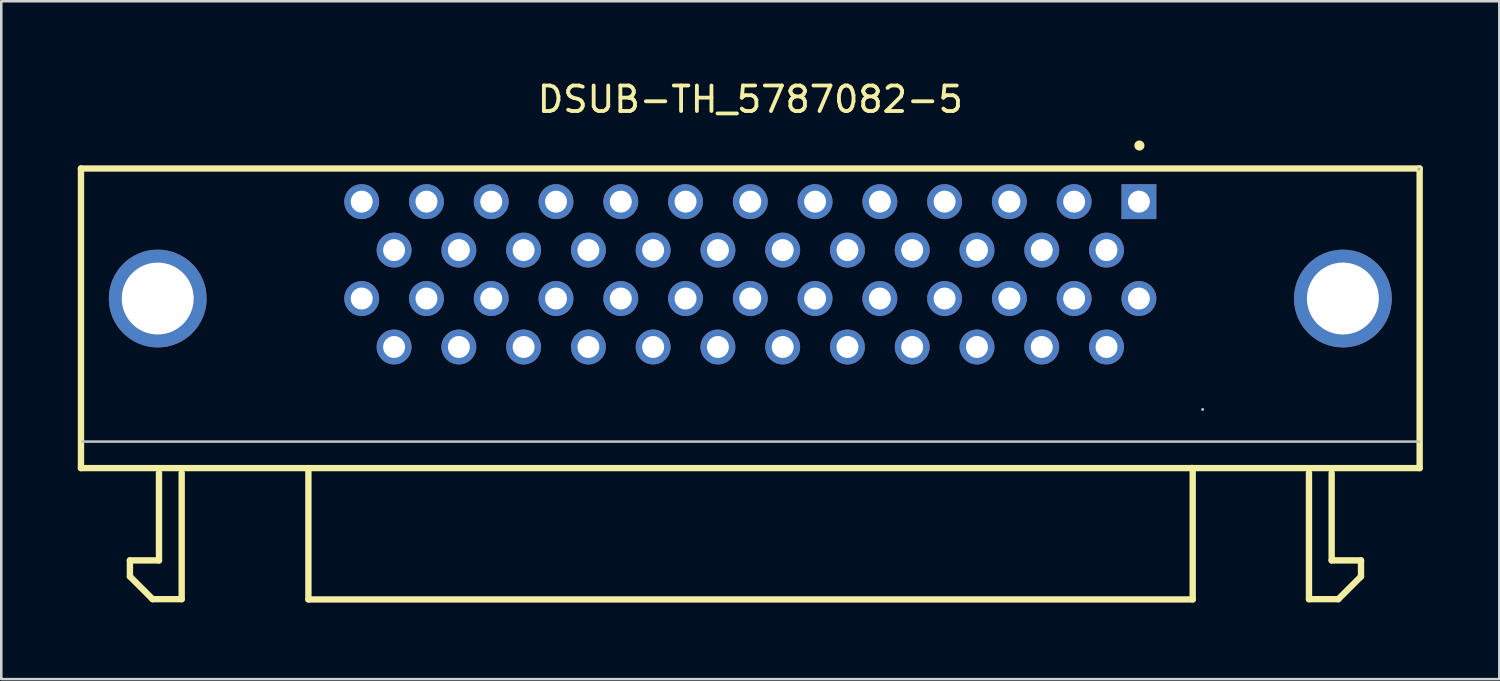
<source format=kicad_pcb>
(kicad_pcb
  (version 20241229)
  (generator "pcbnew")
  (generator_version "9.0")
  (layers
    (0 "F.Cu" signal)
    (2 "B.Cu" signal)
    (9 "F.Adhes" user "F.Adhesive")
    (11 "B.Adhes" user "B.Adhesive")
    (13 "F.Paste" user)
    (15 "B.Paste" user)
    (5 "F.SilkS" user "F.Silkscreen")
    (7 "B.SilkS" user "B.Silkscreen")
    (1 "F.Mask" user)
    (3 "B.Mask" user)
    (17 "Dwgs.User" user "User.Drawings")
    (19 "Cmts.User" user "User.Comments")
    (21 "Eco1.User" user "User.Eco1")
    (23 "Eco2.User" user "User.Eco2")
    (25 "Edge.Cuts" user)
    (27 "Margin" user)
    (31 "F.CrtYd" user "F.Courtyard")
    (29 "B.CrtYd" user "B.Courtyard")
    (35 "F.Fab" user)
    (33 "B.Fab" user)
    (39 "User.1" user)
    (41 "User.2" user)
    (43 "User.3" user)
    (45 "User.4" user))
  (footprint "DSUB-TH_5787082-5"
    (layer "F.Cu")
    (at 26.375 7.708)
    (property "Reference" "DSUB-TH_5787082-5" (at 0 -6.86 0) (layer "F.SilkS") (effects (font (size 1 1) (thickness 0.15))))
    (attr through_hole)
    (fp_line (start -26.25 -4.15) (end 26.25 -4.15) (stroke (width 0.25) (type solid)) (layer "F.SilkS"))
    (fp_line (start -26.25 7.6) (end -26.25 -4.15) (stroke (width 0.25) (type solid)) (layer "F.SilkS"))
    (fp_line (start -24.33 11.22) (end -23.19 11.22) (stroke (width 0.25) (type solid)) (layer "F.SilkS"))
    (fp_line (start -24.33 11.85) (end -24.33 11.22) (stroke (width 0.25) (type solid)) (layer "F.SilkS"))
    (fp_line (start -23.44 12.74) (end -24.33 11.85) (stroke (width 0.25) (type solid)) (layer "F.SilkS"))
    (fp_line (start -23.19 11.22) (end -23.19 7.79) (stroke (width 0.25) (type solid)) (layer "F.SilkS"))
    (fp_line (start -22.3 7.79) (end -22.3 12.74) (stroke (width 0.25) (type solid)) (layer "F.SilkS"))
    (fp_line (start -22.3 12.74) (end -23.44 12.74) (stroke (width 0.25) (type solid)) (layer "F.SilkS"))
    (fp_line (start -17.33 7.6) (end -26.25 7.6) (stroke (width 0.25) (type solid)) (layer "F.SilkS"))
    (fp_line (start -17.33 7.6) (end -17.33 12.75) (stroke (width 0.25) (type solid)) (layer "F.SilkS"))
    (fp_line (start -17.33 12.75) (end 17.35 12.75) (stroke (width 0.25) (type solid)) (layer "F.SilkS"))
    (fp_line (start 17.32 7.6) (end -17.33 7.6) (stroke (width 0.25) (type solid)) (layer "F.SilkS"))
    (fp_line (start 17.32 7.6) (end 26.25 7.6) (stroke (width 0.25) (type solid)) (layer "F.SilkS"))
    (fp_line (start 17.35 7.6) (end 17.32 7.6) (stroke (width 0.25) (type solid)) (layer "F.SilkS"))
    (fp_line (start 17.35 12.75) (end 17.35 7.6) (stroke (width 0.25) (type solid)) (layer "F.SilkS"))
    (fp_line (start 21.91 7.79) (end 21.91 12.74) (stroke (width 0.25) (type solid)) (layer "F.SilkS"))
    (fp_line (start 21.91 12.74) (end 23.06 12.74) (stroke (width 0.25) (type solid)) (layer "F.SilkS"))
    (fp_line (start 22.8 11.22) (end 22.8 7.79) (stroke (width 0.25) (type solid)) (layer "F.SilkS"))
    (fp_line (start 23.06 12.74) (end 23.95 11.85) (stroke (width 0.25) (type solid)) (layer "F.SilkS"))
    (fp_line (start 23.95 11.22) (end 22.8 11.22) (stroke (width 0.25) (type solid)) (layer "F.SilkS"))
    (fp_line (start 23.95 11.85) (end 23.95 11.22) (stroke (width 0.25) (type solid)) (layer "F.SilkS"))
    (fp_line (start 26.25 7.6) (end 26.25 -4.15) (stroke (width 0.25) (type solid)) (layer "F.SilkS"))
    (fp_circle (center 15.26 -5.05) (end 15.36 -5.05) (stroke (width 0.2) (type solid)) (fill no) (layer "F.SilkS"))
    (fp_line (start 17.74 5.3) (end 17.74 5.3) (stroke (width 0.1) (type default)) (layer "Dwgs.User"))
    (fp_line (start 17.74 5.3) (end 17.74 5.3) (stroke (width 0.1) (type default)) (layer "Dwgs.User"))
    (fp_line (start 26.23 6.56) (end -26.2 6.56) (stroke (width 0.1) (type default)) (layer "Dwgs.User"))
    (fp_circle (center 26.22 -4.13) (end 26.25 -4.13) (stroke (width 0.06) (type solid)) (fill no) (layer "F.Fab"))
    (pad "1" thru_hole rect (at 15.24 -2.85) (size 1.368 1.368) (drill 0.86) (layers "*.Cu" "*.Mask"))
    (pad "2" thru_hole circle (at 13.97 -0.95) (size 1.368 1.368) (drill 0.86) (layers "*.Cu" "*.Mask"))
    (pad "3" thru_hole circle (at 12.7 -2.85) (size 1.368 1.368) (drill 0.86) (layers "*.Cu" "*.Mask"))
    (pad "4" thru_hole circle (at 11.43 -0.95) (size 1.368 1.368) (drill 0.86) (layers "*.Cu" "*.Mask"))
    (pad "5" thru_hole circle (at 10.16 -2.85) (size 1.368 1.368) (drill 0.86) (layers "*.Cu" "*.Mask"))
    (pad "6" thru_hole circle (at 8.89 -0.95) (size 1.368 1.368) (drill 0.86) (layers "*.Cu" "*.Mask"))
    (pad "7" thru_hole circle (at 7.62 -2.85) (size 1.368 1.368) (drill 0.86) (layers "*.Cu" "*.Mask"))
    (pad "8" thru_hole circle (at 6.35 -0.95) (size 1.368 1.368) (drill 0.86) (layers "*.Cu" "*.Mask"))
    (pad "9" thru_hole circle (at 5.08 -2.85) (size 1.368 1.368) (drill 0.86) (layers "*.Cu" "*.Mask"))
    (pad "10" thru_hole circle (at 3.81 -0.95) (size 1.368 1.368) (drill 0.86) (layers "*.Cu" "*.Mask"))
    (pad "11" thru_hole circle (at 2.54 -2.85) (size 1.368 1.368) (drill 0.86) (layers "*.Cu" "*.Mask"))
    (pad "12" thru_hole circle (at 1.27 -0.95) (size 1.368 1.368) (drill 0.86) (layers "*.Cu" "*.Mask"))
    (pad "13" thru_hole circle (at 0 -2.85) (size 1.368 1.368) (drill 0.86) (layers "*.Cu" "*.Mask"))
    (pad "14" thru_hole circle (at -1.27 -0.95) (size 1.368 1.368) (drill 0.86) (layers "*.Cu" "*.Mask"))
    (pad "15" thru_hole circle (at -2.54 -2.85) (size 1.368 1.368) (drill 0.86) (layers "*.Cu" "*.Mask"))
    (pad "16" thru_hole circle (at -3.81 -0.95) (size 1.368 1.368) (drill 0.86) (layers "*.Cu" "*.Mask"))
    (pad "17" thru_hole circle (at -5.08 -2.85) (size 1.368 1.368) (drill 0.86) (layers "*.Cu" "*.Mask"))
    (pad "18" thru_hole circle (at -6.35 -0.95) (size 1.368 1.368) (drill 0.86) (layers "*.Cu" "*.Mask"))
    (pad "19" thru_hole circle (at -7.62 -2.85) (size 1.368 1.368) (drill 0.86) (layers "*.Cu" "*.Mask"))
    (pad "20" thru_hole circle (at -8.89 -0.95) (size 1.368 1.368) (drill 0.86) (layers "*.Cu" "*.Mask"))
    (pad "21" thru_hole circle (at -10.16 -2.85) (size 1.368 1.368) (drill 0.86) (layers "*.Cu" "*.Mask"))
    (pad "22" thru_hole circle (at -11.43 -0.95) (size 1.368 1.368) (drill 0.86) (layers "*.Cu" "*.Mask"))
    (pad "23" thru_hole circle (at -12.7 -2.85) (size 1.368 1.368) (drill 0.86) (layers "*.Cu" "*.Mask"))
    (pad "24" thru_hole circle (at -13.97 -0.95) (size 1.368 1.368) (drill 0.86) (layers "*.Cu" "*.Mask"))
    (pad "25" thru_hole circle (at -15.24 -2.85) (size 1.368 1.368) (drill 0.86) (layers "*.Cu" "*.Mask"))
    (pad "26" thru_hole circle (at 15.24 0.95) (size 1.368 1.368) (drill 0.86) (layers "*.Cu" "*.Mask"))
    (pad "27" thru_hole circle (at 13.97 2.85) (size 1.368 1.368) (drill 0.86) (layers "*.Cu" "*.Mask"))
    (pad "28" thru_hole circle (at 12.7 0.95) (size 1.368 1.368) (drill 0.86) (layers "*.Cu" "*.Mask"))
    (pad "29" thru_hole circle (at 11.43 2.85) (size 1.368 1.368) (drill 0.86) (layers "*.Cu" "*.Mask"))
    (pad "30" thru_hole circle (at 10.16 0.95) (size 1.368 1.368) (drill 0.86) (layers "*.Cu" "*.Mask"))
    (pad "31" thru_hole circle (at 8.89 2.85) (size 1.368 1.368) (drill 0.86) (layers "*.Cu" "*.Mask"))
    (pad "32" thru_hole circle (at 7.62 0.95) (size 1.368 1.368) (drill 0.86) (layers "*.Cu" "*.Mask"))
    (pad "33" thru_hole circle (at 6.35 2.85) (size 1.368 1.368) (drill 0.86) (layers "*.Cu" "*.Mask"))
    (pad "34" thru_hole circle (at 5.08 0.95) (size 1.368 1.368) (drill 0.86) (layers "*.Cu" "*.Mask"))
    (pad "35" thru_hole circle (at 3.81 2.85) (size 1.368 1.368) (drill 0.86) (layers "*.Cu" "*.Mask"))
    (pad "36" thru_hole circle (at 2.54 0.95) (size 1.368 1.368) (drill 0.86) (layers "*.Cu" "*.Mask"))
    (pad "37" thru_hole circle (at 1.27 2.85) (size 1.368 1.368) (drill 0.86) (layers "*.Cu" "*.Mask"))
    (pad "38" thru_hole circle (at 0 0.95) (size 1.368 1.368) (drill 0.86) (layers "*.Cu" "*.Mask"))
    (pad "39" thru_hole circle (at -1.27 2.85) (size 1.368 1.368) (drill 0.86) (layers "*.Cu" "*.Mask"))
    (pad "40" thru_hole circle (at -2.54 0.95) (size 1.368 1.368) (drill 0.86) (layers "*.Cu" "*.Mask"))
    (pad "41" thru_hole circle (at -3.81 2.85) (size 1.368 1.368) (drill 0.86) (layers "*.Cu" "*.Mask"))
    (pad "42" thru_hole circle (at -5.08 0.95) (size 1.368 1.368) (drill 0.86) (layers "*.Cu" "*.Mask"))
    (pad "43" thru_hole circle (at -6.35 2.85) (size 1.368 1.368) (drill 0.86) (layers "*.Cu" "*.Mask"))
    (pad "44" thru_hole circle (at -7.62 0.95) (size 1.368 1.368) (drill 0.86) (layers "*.Cu" "*.Mask"))
    (pad "45" thru_hole circle (at -8.89 2.85) (size 1.368 1.368) (drill 0.86) (layers "*.Cu" "*.Mask"))
    (pad "46" thru_hole circle (at -10.16 0.95) (size 1.368 1.368) (drill 0.86) (layers "*.Cu" "*.Mask"))
    (pad "47" thru_hole circle (at -11.43 2.85) (size 1.368 1.368) (drill 0.86) (layers "*.Cu" "*.Mask"))
    (pad "48" thru_hole circle (at -12.7 0.95) (size 1.368 1.368) (drill 0.86) (layers "*.Cu" "*.Mask"))
    (pad "49" thru_hole circle (at -13.97 2.85) (size 1.368 1.368) (drill 0.86) (layers "*.Cu" "*.Mask"))
    (pad "50" thru_hole circle (at -15.24 0.95) (size 1.368 1.368) (drill 0.86) (layers "*.Cu" "*.Mask"))
    (pad "S1" thru_hole circle (at 23.24 0.95) (size 3.836 3.836) (drill 2.82) (layers "*.Cu" "*.Mask"))
    (pad "S2" thru_hole circle (at -23.24 0.95) (size 3.836 3.836) (drill 2.82) (layers "*.Cu" "*.Mask")))
  (gr_rect
    (start -3 -3)
    (end 55.75 23.583)
    (stroke (width 0.1) (type default))
    (fill no)
    (layer "Edge.Cuts")))
</source>
